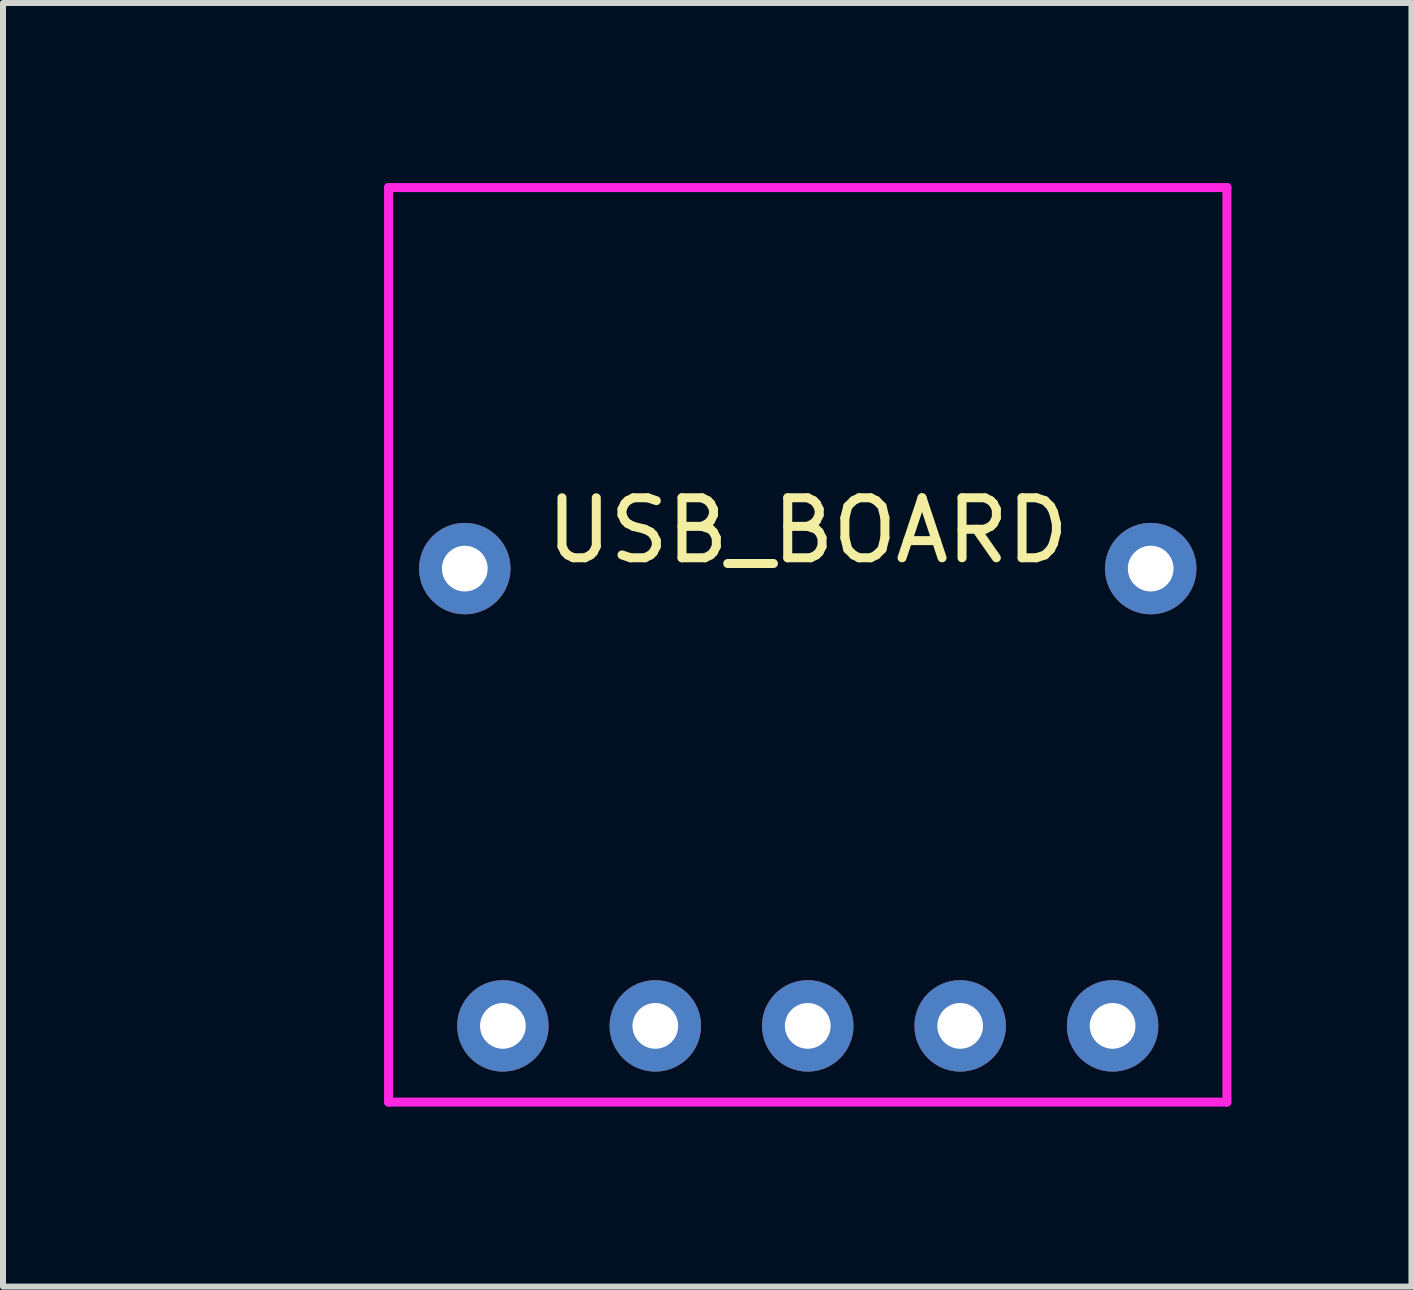
<source format=kicad_pcb>
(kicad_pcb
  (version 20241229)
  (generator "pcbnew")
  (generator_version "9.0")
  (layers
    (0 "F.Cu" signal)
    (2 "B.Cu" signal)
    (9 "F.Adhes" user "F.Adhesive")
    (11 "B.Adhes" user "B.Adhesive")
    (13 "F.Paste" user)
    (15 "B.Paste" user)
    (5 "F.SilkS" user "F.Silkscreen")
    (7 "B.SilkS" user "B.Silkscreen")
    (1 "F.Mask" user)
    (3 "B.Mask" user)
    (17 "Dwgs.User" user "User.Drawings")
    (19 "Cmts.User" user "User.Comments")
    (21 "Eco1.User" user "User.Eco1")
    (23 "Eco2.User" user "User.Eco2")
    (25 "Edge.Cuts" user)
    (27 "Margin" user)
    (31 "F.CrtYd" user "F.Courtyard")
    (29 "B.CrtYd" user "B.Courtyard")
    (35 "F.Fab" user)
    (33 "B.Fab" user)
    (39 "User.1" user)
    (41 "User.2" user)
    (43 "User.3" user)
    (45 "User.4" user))
  (footprint "USB_BOARD"
    (layer "F.Cu")
    (at 0.25 3.885)
    (property "Reference" "USB_BOARD" (at 10.16 1.905 0) (layer "F.SilkS") (effects (font (size 1 1) (thickness 0.15))))
    (attr through_hole)
    (fp_line (start 3.175 11.43) (end 3.175 -3.81) (stroke (width 0.15) (type solid)) (layer "F.CrtYd"))
    (fp_line (start 3.175 11.43) (end 17.145 11.43) (stroke (width 0.15) (type solid)) (layer "F.CrtYd"))
    (fp_line (start 17.145 -3.81) (end 3.175 -3.81) (stroke (width 0.15) (type solid)) (layer "F.CrtYd"))
    (fp_line (start 17.145 -3.81) (end 17.145 11.43) (stroke (width 0.15) (type solid)) (layer "F.CrtYd"))
    (pad "1" thru_hole circle (at 15.24 10.16) (size 1.524 1.524) (drill 0.762) (layers "*.Cu" "*.Mask"))
    (pad "2" thru_hole circle (at 12.7 10.16) (size 1.524 1.524) (drill 0.762) (layers "*.Cu" "*.Mask"))
    (pad "3" thru_hole circle (at 10.16 10.16) (size 1.524 1.524) (drill 0.762) (layers "*.Cu" "*.Mask"))
    (pad "4" thru_hole circle (at 7.62 10.16 90) (size 1.524 1.524) (drill 0.762) (layers "*.Cu" "*.Mask"))
    (pad "5" thru_hole circle (at 5.08 10.16) (size 1.524 1.524) (drill 0.762) (layers "*.Cu" "*.Mask"))
    (pad "6" thru_hole circle (at 4.445 2.54) (size 1.524 1.524) (drill 0.762) (layers "*.Cu" "*.Mask"))
    (pad "6" thru_hole circle (at 15.875 2.54) (size 1.524 1.524) (drill 0.762) (layers "*.Cu" "*.Mask")))
  (gr_rect
    (start -3 -3)
    (end 20.47 18.39)
    (stroke (width 0.1) (type default))
    (fill no)
    (layer "Edge.Cuts")))
</source>
